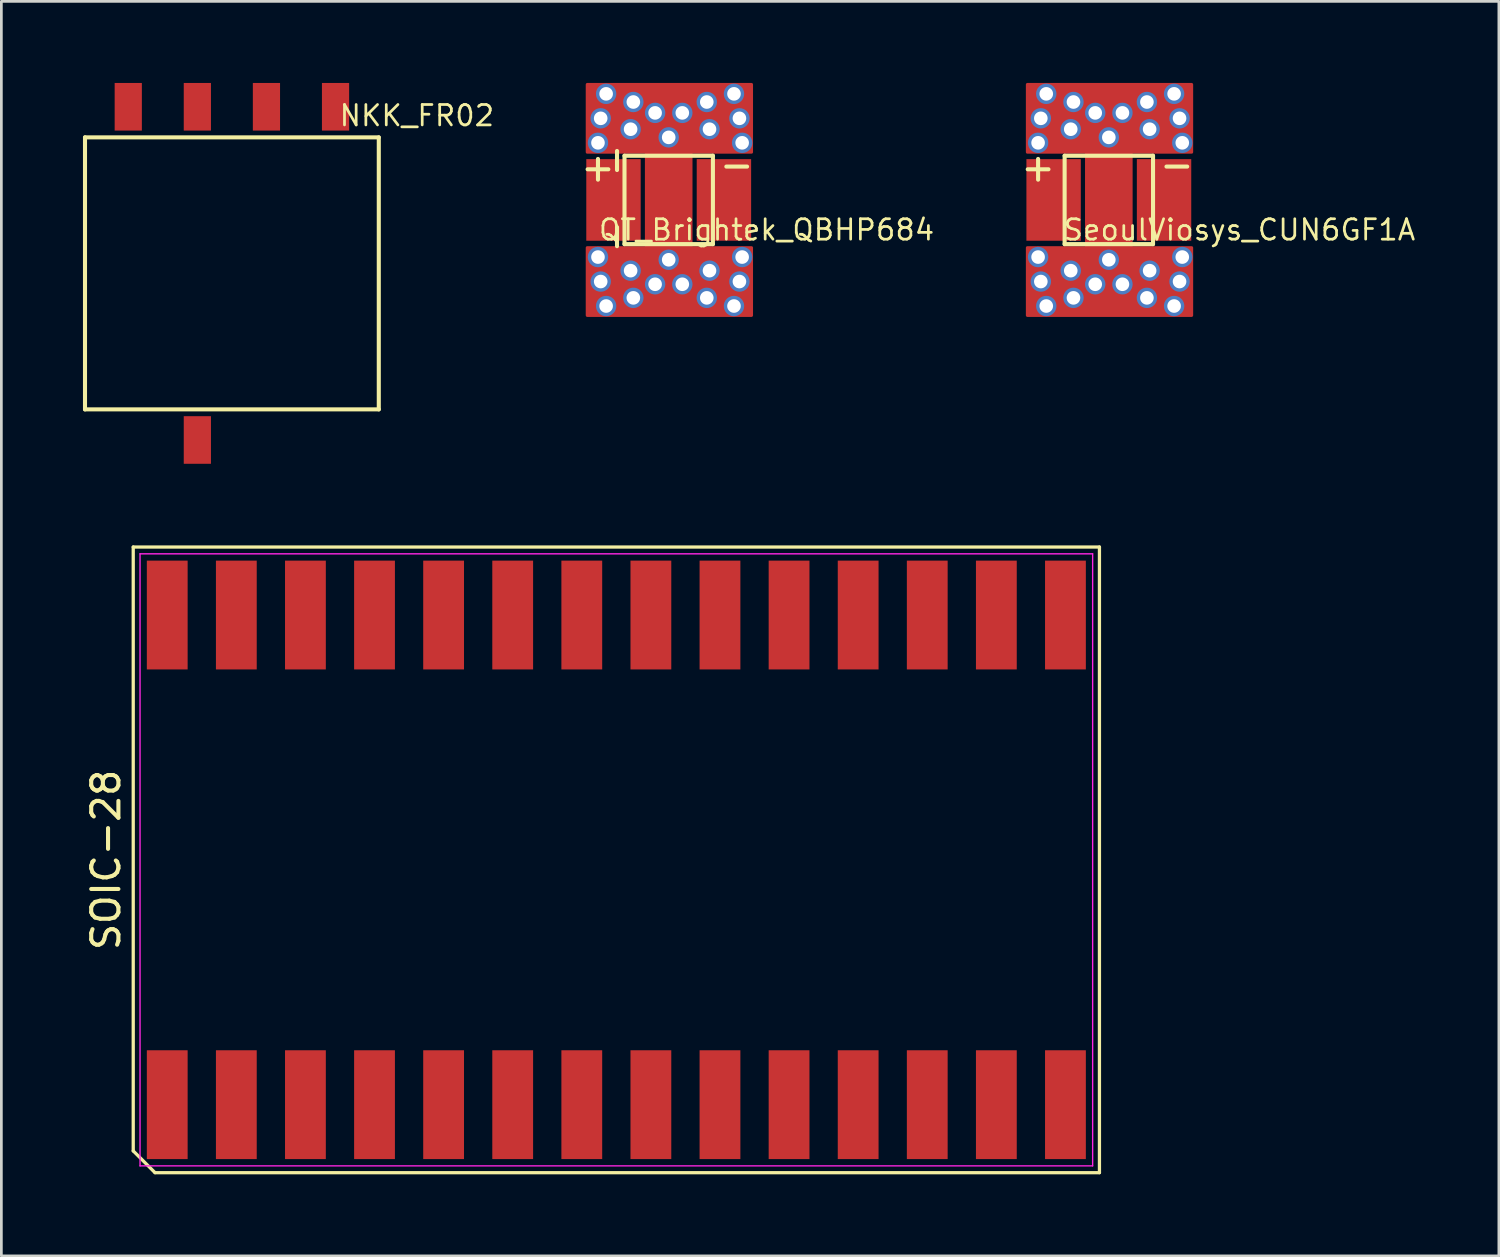
<source format=kicad_pcb>
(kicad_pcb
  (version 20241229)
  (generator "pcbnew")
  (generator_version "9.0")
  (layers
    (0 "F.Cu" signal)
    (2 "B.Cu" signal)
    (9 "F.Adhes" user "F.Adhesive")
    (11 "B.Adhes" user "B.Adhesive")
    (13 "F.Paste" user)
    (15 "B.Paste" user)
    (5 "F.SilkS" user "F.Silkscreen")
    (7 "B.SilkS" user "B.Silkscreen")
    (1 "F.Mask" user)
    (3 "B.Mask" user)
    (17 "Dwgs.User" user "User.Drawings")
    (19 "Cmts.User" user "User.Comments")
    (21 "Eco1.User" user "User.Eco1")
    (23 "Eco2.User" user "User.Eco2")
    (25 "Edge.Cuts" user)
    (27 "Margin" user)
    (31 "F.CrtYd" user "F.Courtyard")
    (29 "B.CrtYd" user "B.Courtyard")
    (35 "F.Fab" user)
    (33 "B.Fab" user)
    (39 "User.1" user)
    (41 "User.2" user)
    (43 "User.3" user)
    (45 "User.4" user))
  (footprint "QT_Brightek_QBHP684"
    (layer "F.Cu")
    (at 21.433 4.2)
    (property "Reference" "QT_Brightek_QBHP684" (at 3.7 1.2 0) (layer "F.SilkS") (effects (font (size 0.75 0.75) (thickness 0.1))))
    (attr through_hole)
    (fp_poly (pts (xy -1.05 1.35) (xy -1.05 -1.15) (xy -1.45 -1.15) (xy -1.45 1.35)) (stroke (width 0.1) (type solid)) (fill yes) (layer "F.Mask"))
    (fp_poly (pts (xy -0.5 1.35) (xy 0.7 1.35) (xy 0.7 -1.2) (xy -0.5 -1.2)) (stroke (width 0.1) (type solid)) (fill yes) (layer "F.Mask"))
    (fp_poly (pts (xy 1.25 -1.15) (xy 1.25 1.35) (xy 1.65 1.35) (xy 1.65 -1.15)) (stroke (width 0.1) (type solid)) (fill yes) (layer "F.Mask"))
    (fp_line (start -1.8 -1.7) (end -1.8 -1) (stroke (width 0.15) (type solid)) (layer "F.SilkS"))
    (fp_line (start -1.8 1.1) (end -1.8 1.8) (stroke (width 0.15) (type solid)) (layer "F.SilkS"))
    (fp_line (start -1.525 -1.525) (end -1.525 1.725) (stroke (width 0.15) (type solid)) (layer "F.SilkS"))
    (fp_line (start -1.525 -1.525) (end 1.725 -1.525) (stroke (width 0.15) (type solid)) (layer "F.SilkS"))
    (fp_line (start 1.725 -1.525) (end 1.725 1.725) (stroke (width 0.15) (type solid)) (layer "F.SilkS"))
    (fp_line (start 1.725 1.725) (end -1.525 1.725) (stroke (width 0.15) (type solid)) (layer "F.SilkS"))
    (fp_poly (pts (xy -1.45 -1.15) (xy -1.45 1.35) (xy -1.05 1.35) (xy -1.05 -1.15)) (stroke (width 0.1) (type solid)) (fill yes) (layer "F.Paste"))
    (fp_poly (pts (xy -0.5 1.35) (xy 0.7 1.35) (xy 0.7 -1.2) (xy -0.5 -1.2)) (stroke (width 0.1) (type solid)) (fill yes) (layer "F.Paste"))
    (fp_poly (pts (xy 1.25 -1.15) (xy 1.25 1.35) (xy 1.65 1.35) (xy 1.65 -1.15)) (stroke (width 0.1) (type solid)) (fill yes) (layer "F.Paste"))
    (fp_text user "-" (at 2.6 -1.2 0) (layer "F.SilkS") (effects (font (size 1 1) (thickness 0.15))))
    (fp_text user "+" (at -2.5 -1.1 0) (layer "F.SilkS") (effects (font (size 1 1) (thickness 0.15))))
    (pad "1" smd rect (at -1.93 0.1 180) (size 2 3) (layers "F.Cu"))
    (pad "2" smd rect (at 2.13 0.1) (size 2 3) (layers "F.Cu"))
    (pad "3" thru_hole circle (at -2.5 -2 180) (size 0.75 0.75) (drill 0.5) (layers "*.Cu"))
    (pad "3" thru_hole circle (at -2.5 2.2) (size 0.75 0.75) (drill 0.5) (layers "*.Cu"))
    (pad "3" thru_hole circle (at -2.4 -2.9 180) (size 0.75 0.75) (drill 0.5) (layers "*.Cu"))
    (pad "3" thru_hole circle (at -2.4 3.1) (size 0.75 0.75) (drill 0.5) (layers "*.Cu"))
    (pad "3" thru_hole circle (at -2.2 -3.8 180) (size 0.75 0.75) (drill 0.5) (layers "*.Cu"))
    (pad "3" thru_hole circle (at -2.2 4) (size 0.75 0.75) (drill 0.5) (layers "*.Cu"))
    (pad "3" thru_hole circle (at -1.3 -2.5 180) (size 0.75 0.75) (drill 0.5) (layers "*.Cu"))
    (pad "3" thru_hole circle (at -1.3 2.7) (size 0.75 0.75) (drill 0.5) (layers "*.Cu"))
    (pad "3" thru_hole circle (at -1.2 -3.5 180) (size 0.75 0.75) (drill 0.5) (layers "*.Cu"))
    (pad "3" thru_hole circle (at -1.2 3.7) (size 0.75 0.75) (drill 0.5) (layers "*.Cu"))
    (pad "3" thru_hole circle (at -0.4 -3.1) (size 0.75 0.75) (drill 0.5) (layers "*.Cu"))
    (pad "3" thru_hole circle (at -0.4 3.2) (size 0.75 0.75) (drill 0.5) (layers "*.Cu"))
    (pad "3" thru_hole circle (at 0.1 -2.2) (size 0.75 0.75) (drill 0.5) (layers "*.Cu"))
    (pad "3" smd custom (at 0.1 0.1) (size 1.75 6) (layers "F.Cu") (options (anchor rect)) (primitives (gr_poly (pts (xy -3 4.25) (xy 3.05 4.25) (xy 3.05 1.75) (xy -3 1.75)) (width 0.1) (fill yes)) (gr_poly (pts (xy -3 -1.75) (xy 3.05 -1.75) (xy 3.05 -4.25) (xy -3 -4.25)) (width 0.1) (fill yes))))
    (pad "3" thru_hole circle (at 0.1 2.3) (size 0.75 0.75) (drill 0.5) (layers "*.Cu"))
    (pad "3" thru_hole circle (at 0.6 -3.1) (size 0.75 0.75) (drill 0.5) (layers "*.Cu"))
    (pad "3" thru_hole circle (at 0.6 3.2) (size 0.75 0.75) (drill 0.5) (layers "*.Cu"))
    (pad "3" thru_hole circle (at 1.5 -3.5 180) (size 0.75 0.75) (drill 0.5) (layers "*.Cu"))
    (pad "3" thru_hole circle (at 1.5 3.7) (size 0.75 0.75) (drill 0.5) (layers "*.Cu"))
    (pad "3" thru_hole circle (at 1.6 -2.5 180) (size 0.75 0.75) (drill 0.5) (layers "*.Cu"))
    (pad "3" thru_hole circle (at 1.6 2.7) (size 0.75 0.75) (drill 0.5) (layers "*.Cu"))
    (pad "3" thru_hole circle (at 2.5 -3.8 180) (size 0.75 0.75) (drill 0.5) (layers "*.Cu"))
    (pad "3" thru_hole circle (at 2.5 4) (size 0.75 0.75) (drill 0.5) (layers "*.Cu"))
    (pad "3" thru_hole circle (at 2.7 -2.9 180) (size 0.75 0.75) (drill 0.5) (layers "*.Cu"))
    (pad "3" thru_hole circle (at 2.7 3.1) (size 0.75 0.75) (drill 0.5) (layers "*.Cu"))
    (pad "3" thru_hole circle (at 2.8 -2 180) (size 0.75 0.75) (drill 0.5) (layers "*.Cu"))
    (pad "3" thru_hole circle (at 2.8 2.2) (size 0.75 0.75) (drill 0.5) (layers "*.Cu")))
  (footprint "SeoulViosys_CUN6GF1A"
    (layer "F.Cu")
    (at 37.713 4.2)
    (property "Reference" "SeoulViosys_CUN6GF1A" (at 4.8 1.2 0) (layer "F.SilkS") (effects (font (size 0.75 0.75) (thickness 0.1))))
    (attr through_hole)
    (fp_poly (pts (xy -1.15 1.35) (xy -1.15 -1.15) (xy -1.55 -1.15) (xy -1.55 1.35)) (stroke (width 0.1) (type solid)) (fill yes) (layer "F.Mask"))
    (fp_poly (pts (xy -0.6 1.35) (xy 0.6 1.35) (xy 0.6 -1.2) (xy -0.6 -1.2)) (stroke (width 0.1) (type solid)) (fill yes) (layer "F.Mask"))
    (fp_poly (pts (xy 1.15 -1.15) (xy 1.15 1.35) (xy 1.55 1.35) (xy 1.55 -1.15)) (stroke (width 0.1) (type solid)) (fill yes) (layer "F.Mask"))
    (fp_line (start -1.625 -1.525) (end -1.625 1.725) (stroke (width 0.15) (type solid)) (layer "F.SilkS"))
    (fp_line (start -1.625 -1.525) (end 1.625 -1.525) (stroke (width 0.15) (type solid)) (layer "F.SilkS"))
    (fp_line (start 1.625 -1.525) (end 1.625 1.725) (stroke (width 0.15) (type solid)) (layer "F.SilkS"))
    (fp_line (start 1.625 1.725) (end -1.625 1.725) (stroke (width 0.15) (type solid)) (layer "F.SilkS"))
    (fp_poly (pts (xy -1.55 -1.15) (xy -1.55 1.35) (xy -1.15 1.35) (xy -1.15 -1.15)) (stroke (width 0.1) (type solid)) (fill yes) (layer "F.Paste"))
    (fp_poly (pts (xy -0.6 1.35) (xy 0.6 1.35) (xy 0.6 -1.2) (xy -0.6 -1.2)) (stroke (width 0.1) (type solid)) (fill yes) (layer "F.Paste"))
    (fp_poly (pts (xy 1.15 -1.15) (xy 1.15 1.35) (xy 1.55 1.35) (xy 1.55 -1.15)) (stroke (width 0.1) (type solid)) (fill yes) (layer "F.Paste"))
    (fp_text user "-" (at 2.5 -1.2 0) (layer "F.SilkS") (effects (font (size 1 1) (thickness 0.15))))
    (fp_text user "+" (at -2.6 -1.1 0) (layer "F.SilkS") (effects (font (size 1 1) (thickness 0.15))))
    (pad "1" smd rect (at 2.03 0.1) (size 2 3) (layers "F.Cu"))
    (pad "2" smd rect (at -2.03 0.1 180) (size 2 3) (layers "F.Cu"))
    (pad "3" thru_hole circle (at -2.6 -2 180) (size 0.75 0.75) (drill 0.5) (layers "*.Cu"))
    (pad "3" thru_hole circle (at -2.6 2.2) (size 0.75 0.75) (drill 0.5) (layers "*.Cu"))
    (pad "3" thru_hole circle (at -2.5 -2.9 180) (size 0.75 0.75) (drill 0.5) (layers "*.Cu"))
    (pad "3" thru_hole circle (at -2.5 3.1) (size 0.75 0.75) (drill 0.5) (layers "*.Cu"))
    (pad "3" thru_hole circle (at -2.3 -3.8 180) (size 0.75 0.75) (drill 0.5) (layers "*.Cu"))
    (pad "3" thru_hole circle (at -2.3 4) (size 0.75 0.75) (drill 0.5) (layers "*.Cu"))
    (pad "3" thru_hole circle (at -1.4 -2.5 180) (size 0.75 0.75) (drill 0.5) (layers "*.Cu"))
    (pad "3" thru_hole circle (at -1.4 2.7) (size 0.75 0.75) (drill 0.5) (layers "*.Cu"))
    (pad "3" thru_hole circle (at -1.3 -3.5 180) (size 0.75 0.75) (drill 0.5) (layers "*.Cu"))
    (pad "3" thru_hole circle (at -1.3 3.7) (size 0.75 0.75) (drill 0.5) (layers "*.Cu"))
    (pad "3" thru_hole circle (at -0.5 -3.1) (size 0.75 0.75) (drill 0.5) (layers "*.Cu"))
    (pad "3" thru_hole circle (at -0.5 3.2) (size 0.75 0.75) (drill 0.5) (layers "*.Cu"))
    (pad "3" thru_hole circle (at 0 -2.2) (size 0.75 0.75) (drill 0.5) (layers "*.Cu"))
    (pad "3" smd custom (at 0 0.1) (size 1.75 6) (layers "F.Cu") (options (anchor rect)) (primitives (gr_poly (pts (xy -3 4.25) (xy 3.05 4.25) (xy 3.05 1.75) (xy -3 1.75)) (width 0.1) (fill yes)) (gr_poly (pts (xy -3 -1.75) (xy 3.05 -1.75) (xy 3.05 -4.25) (xy -3 -4.25)) (width 0.1) (fill yes))))
    (pad "3" thru_hole circle (at 0 2.3) (size 0.75 0.75) (drill 0.5) (layers "*.Cu"))
    (pad "3" thru_hole circle (at 0.5 -3.1) (size 0.75 0.75) (drill 0.5) (layers "*.Cu"))
    (pad "3" thru_hole circle (at 0.5 3.2) (size 0.75 0.75) (drill 0.5) (layers "*.Cu"))
    (pad "3" thru_hole circle (at 1.4 -3.5 180) (size 0.75 0.75) (drill 0.5) (layers "*.Cu"))
    (pad "3" thru_hole circle (at 1.4 3.7) (size 0.75 0.75) (drill 0.5) (layers "*.Cu"))
    (pad "3" thru_hole circle (at 1.5 -2.5 180) (size 0.75 0.75) (drill 0.5) (layers "*.Cu"))
    (pad "3" thru_hole circle (at 1.5 2.7) (size 0.75 0.75) (drill 0.5) (layers "*.Cu"))
    (pad "3" thru_hole circle (at 2.4 -3.8 180) (size 0.75 0.75) (drill 0.5) (layers "*.Cu"))
    (pad "3" thru_hole circle (at 2.4 4) (size 0.75 0.75) (drill 0.5) (layers "*.Cu"))
    (pad "3" thru_hole circle (at 2.6 -2.9 180) (size 0.75 0.75) (drill 0.5) (layers "*.Cu"))
    (pad "3" thru_hole circle (at 2.6 3.1) (size 0.75 0.75) (drill 0.5) (layers "*.Cu"))
    (pad "3" thru_hole circle (at 2.7 -2 180) (size 0.75 0.75) (drill 0.5) (layers "*.Cu"))
    (pad "3" thru_hole circle (at 2.7 2.2) (size 0.75 0.75) (drill 0.5) (layers "*.Cu")))
  (footprint "SOIC-28"
    (layer "F.Cu")
    (at 19.608 28.56)
    (property "Reference" "SOIC-28" (at -18.76 0 90) (layer "F.SilkS") (effects (font (size 1 1) (thickness 0.15))))
    (attr smd)
    (fp_line (start -17.76 -11.5) (end 17.76 -11.5) (stroke (width 0.12) (type solid)) (layer "F.SilkS"))
    (fp_line (start -17.76 10.7) (end -17.76 -11.5) (stroke (width 0.12) (type solid)) (layer "F.SilkS"))
    (fp_line (start -16.96 11.5) (end -17.76 10.7) (stroke (width 0.12) (type solid)) (layer "F.SilkS"))
    (fp_line (start 17.76 -11.5) (end 17.76 11.5) (stroke (width 0.12) (type solid)) (layer "F.SilkS"))
    (fp_line (start 17.76 11.5) (end -16.96 11.5) (stroke (width 0.12) (type solid)) (layer "F.SilkS"))
    (fp_line (start -17.51 -11.25) (end 17.51 -11.25) (stroke (width 0.05) (type solid)) (layer "F.CrtYd"))
    (fp_line (start -17.51 11.25) (end -17.51 -11.25) (stroke (width 0.05) (type solid)) (layer "F.CrtYd"))
    (fp_line (start 17.51 -11.25) (end 17.51 11.25) (stroke (width 0.05) (type solid)) (layer "F.CrtYd"))
    (fp_line (start 17.51 11.25) (end -17.51 11.25) (stroke (width 0.05) (type solid)) (layer "F.CrtYd"))
    (pad "1" smd rect (at -16.51 9) (size 1.5 4) (layers "F.Cu" "F.Mask" "F.Paste"))
    (pad "2" smd rect (at -13.97 9) (size 1.5 4) (layers "F.Cu" "F.Mask" "F.Paste"))
    (pad "3" smd rect (at -11.43 9) (size 1.5 4) (layers "F.Cu" "F.Mask" "F.Paste"))
    (pad "4" smd rect (at -8.89 9) (size 1.5 4) (layers "F.Cu" "F.Mask" "F.Paste"))
    (pad "5" smd rect (at -6.35 9) (size 1.5 4) (layers "F.Cu" "F.Mask" "F.Paste"))
    (pad "6" smd rect (at -3.81 9) (size 1.5 4) (layers "F.Cu" "F.Mask" "F.Paste"))
    (pad "7" smd rect (at -1.27 9) (size 1.5 4) (layers "F.Cu" "F.Mask" "F.Paste"))
    (pad "8" smd rect (at 1.27 9) (size 1.5 4) (layers "F.Cu" "F.Mask" "F.Paste"))
    (pad "9" smd rect (at 3.81 9) (size 1.5 4) (layers "F.Cu" "F.Mask" "F.Paste"))
    (pad "10" smd rect (at 6.35 9) (size 1.5 4) (layers "F.Cu" "F.Mask" "F.Paste"))
    (pad "11" smd rect (at 8.89 9) (size 1.5 4) (layers "F.Cu" "F.Mask" "F.Paste"))
    (pad "12" smd rect (at 11.43 9) (size 1.5 4) (layers "F.Cu" "F.Mask" "F.Paste"))
    (pad "13" smd rect (at 13.97 9) (size 1.5 4) (layers "F.Cu" "F.Mask" "F.Paste"))
    (pad "14" smd rect (at 16.51 9) (size 1.5 4) (layers "F.Cu" "F.Mask" "F.Paste"))
    (pad "15" smd rect (at 16.51 -9) (size 1.5 4) (layers "F.Cu" "F.Mask" "F.Paste"))
    (pad "16" smd rect (at 13.97 -9) (size 1.5 4) (layers "F.Cu" "F.Mask" "F.Paste"))
    (pad "17" smd rect (at 11.43 -9) (size 1.5 4) (layers "F.Cu" "F.Mask" "F.Paste"))
    (pad "18" smd rect (at 8.89 -9) (size 1.5 4) (layers "F.Cu" "F.Mask" "F.Paste"))
    (pad "19" smd rect (at 6.35 -9) (size 1.5 4) (layers "F.Cu" "F.Mask" "F.Paste"))
    (pad "20" smd rect (at 3.81 -9) (size 1.5 4) (layers "F.Cu" "F.Mask" "F.Paste"))
    (pad "21" smd rect (at 1.27 -9) (size 1.5 4) (layers "F.Cu" "F.Mask" "F.Paste"))
    (pad "22" smd rect (at -1.27 -9) (size 1.5 4) (layers "F.Cu" "F.Mask" "F.Paste"))
    (pad "23" smd rect (at -3.81 -9) (size 1.5 4) (layers "F.Cu" "F.Mask" "F.Paste"))
    (pad "24" smd rect (at -6.35 -9) (size 1.5 4) (layers "F.Cu" "F.Mask" "F.Paste"))
    (pad "25" smd rect (at -8.89 -9) (size 1.5 4) (layers "F.Cu" "F.Mask" "F.Paste"))
    (pad "26" smd rect (at -11.43 -9) (size 1.5 4) (layers "F.Cu" "F.Mask" "F.Paste"))
    (pad "27" smd rect (at -13.97 -9) (size 1.5 4) (layers "F.Cu" "F.Mask" "F.Paste"))
    (pad "28" smd rect (at -16.51 -9) (size 1.5 4) (layers "F.Cu" "F.Mask" "F.Paste")))
  (footprint "NKK_FR02"
    (layer "F.Cu")
    (at 5.475 7)
    (property "Reference" "NKK_FR02" (at 6.8 -5.8 0) (layer "F.SilkS") (effects (font (size 0.75 0.75) (thickness 0.1))))
    (attr through_hole)
    (fp_line (start -5.4 -5) (end 5.4 -5) (stroke (width 0.15) (type solid)) (layer "F.SilkS"))
    (fp_line (start -5.4 5) (end -5.4 -5) (stroke (width 0.15) (type solid)) (layer "F.SilkS"))
    (fp_line (start 5.4 -5) (end 5.4 5) (stroke (width 0.15) (type solid)) (layer "F.SilkS"))
    (fp_line (start 5.4 5) (end -5.4 5) (stroke (width 0.15) (type solid)) (layer "F.SilkS"))
    (pad "1" smd rect (at -3.81 -6.125) (size 1 1.75) (layers "F.Cu" "F.Mask" "F.Paste"))
    (pad "2" smd rect (at -1.27 -6.125) (size 1 1.75) (layers "F.Cu" "F.Mask" "F.Paste"))
    (pad "4" smd rect (at 1.27 -6.125) (size 1 1.75) (layers "F.Cu" "F.Mask" "F.Paste"))
    (pad "8" smd rect (at 3.81 -6.125) (size 1 1.75) (layers "F.Cu" "F.Mask" "F.Paste"))
    (pad "C" smd rect (at -1.27 6.125) (size 1 1.75) (layers "F.Cu" "F.Mask" "F.Paste")))
  (gr_rect
    (start -3 -3)
    (end 52.052 43.12)
    (stroke (width 0.1) (type default))
    (fill no)
    (layer "Edge.Cuts")))
</source>
